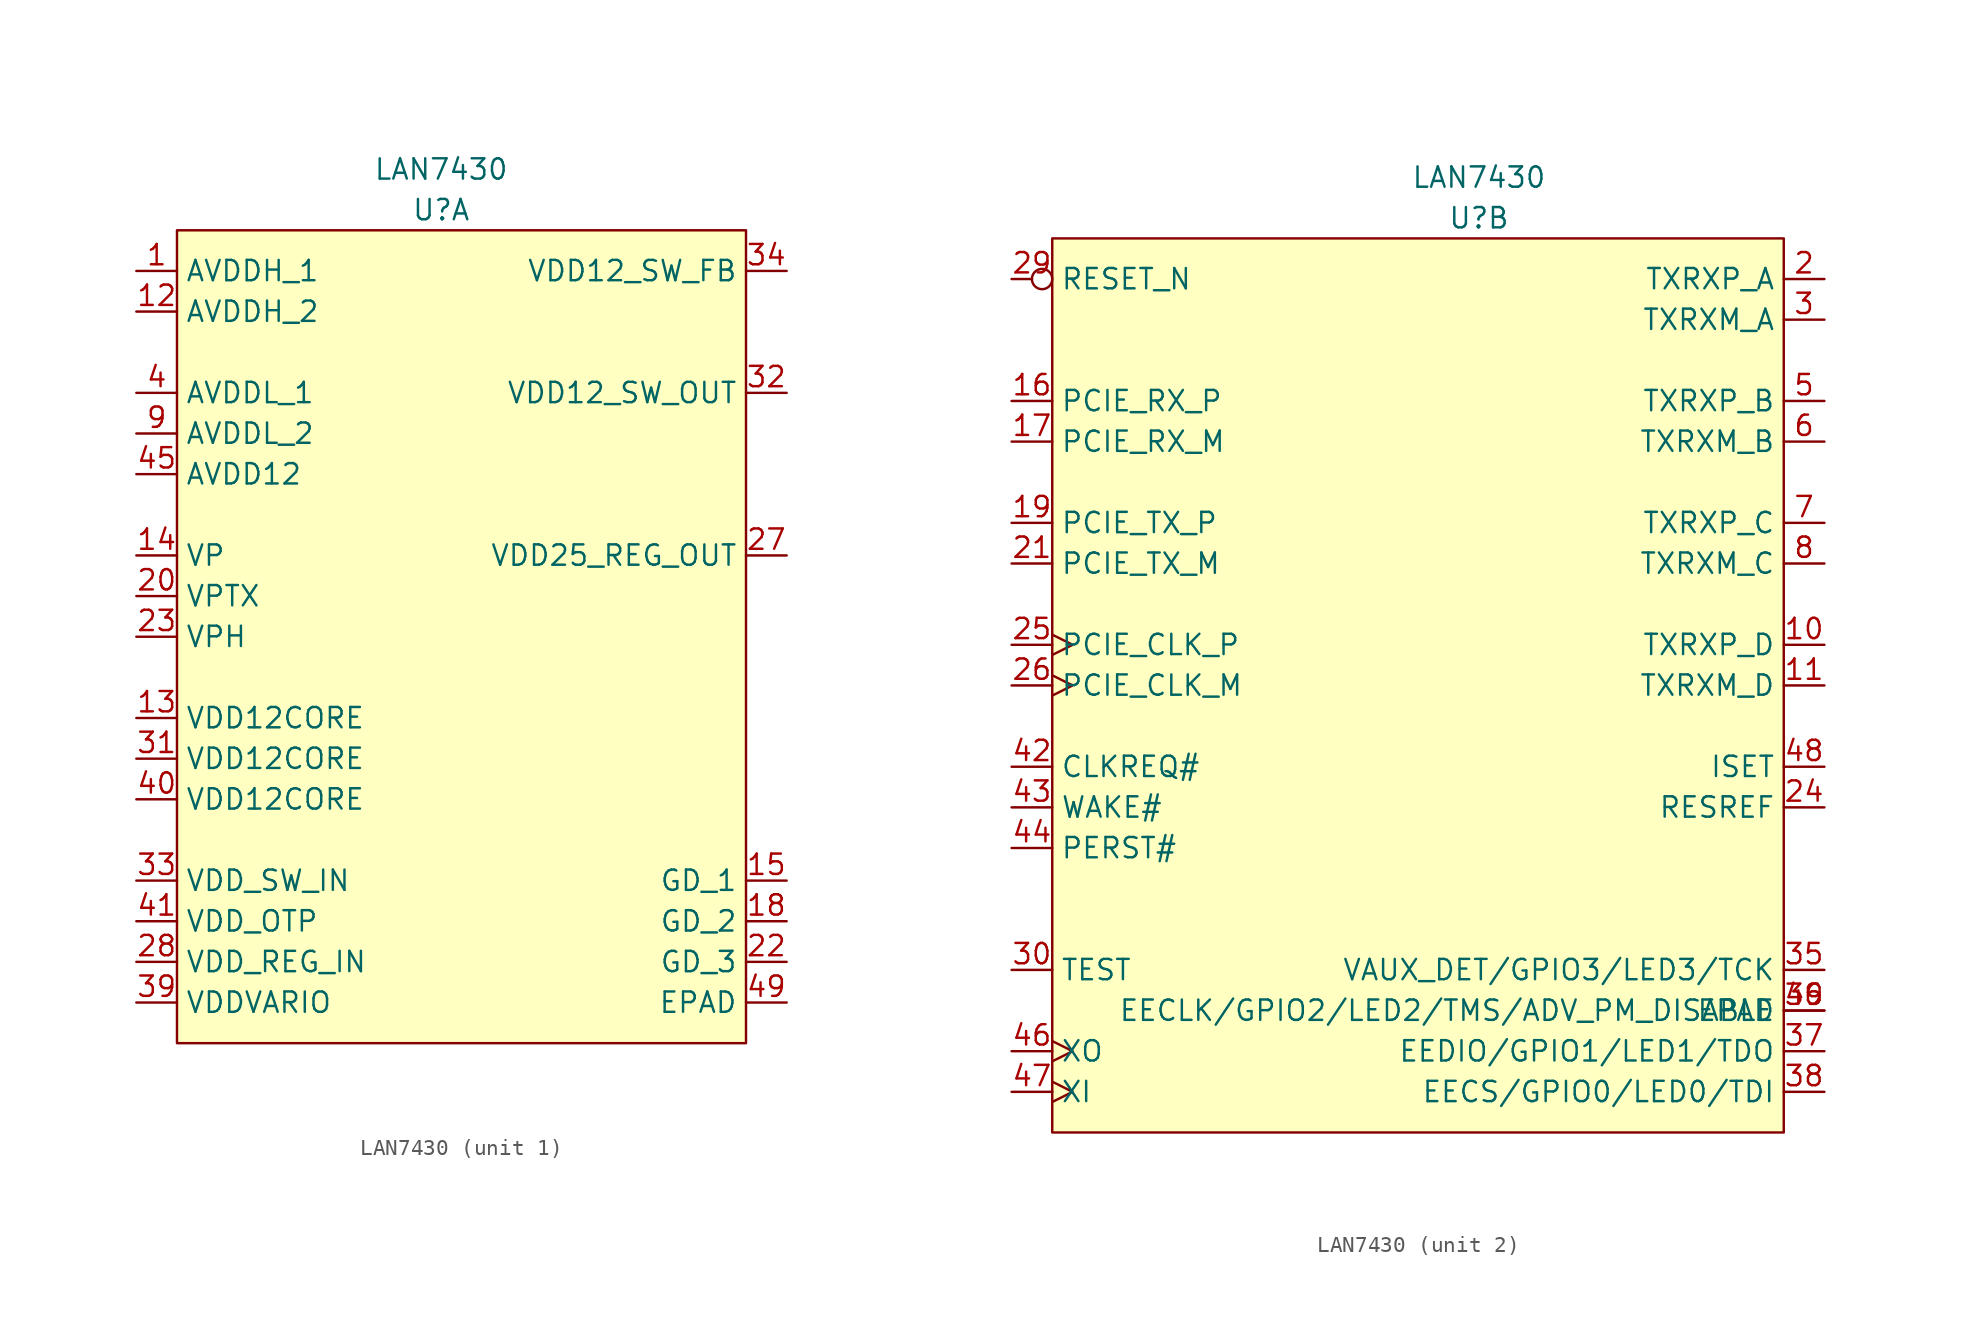
<source format=kicad_sym>
(kicad_symbol_lib
  (version 20211014)
  (generator kicad_symbol_editor)
  (symbol "LAN7430"
    (property "Reference" "U"
      (at 0 1.27 0)
      (effects (font (size 1.27 1.27))))
    (property "Value" "LAN7430"
      (at 0 3.81 0)
      (effects (font (size 1.27 1.27))))
    (property "ki_locked" ""
      (at 0 0 0)
      (effects (font (size 1.27 1.27))))
    (symbol "LAN7430_0_0"
      (pin power_in line (at 21.59 -48.26 180) (length 2.54) (name "EPAD" (effects (font (size 1.27 1.27)))) (number "49" (effects (font (size 1.27 1.27))))))
    (symbol "LAN7430_1_0"
      (pin power_in line (at -19.05 -2.54 0) (length 2.54) (name "AVDDH_1" (effects (font (size 1.27 1.27)))) (number "1" (effects (font (size 1.27 1.27)))))
      (pin power_in line (at -19.05 -5.08 0) (length 2.54) (name "AVDDH_2" (effects (font (size 1.27 1.27)))) (number "12" (effects (font (size 1.27 1.27)))))
      (pin power_in line (at -19.05 -30.48 0) (length 2.54) (name "VDD12CORE" (effects (font (size 1.27 1.27)))) (number "13" (effects (font (size 1.27 1.27)))))
      (pin power_in line (at -19.05 -20.32 0) (length 2.54) (name "VP" (effects (font (size 1.27 1.27)))) (number "14" (effects (font (size 1.27 1.27)))))
      (pin power_in line (at 21.59 -40.64 180) (length 2.54) (name "GD_1" (effects (font (size 1.27 1.27)))) (number "15" (effects (font (size 1.27 1.27)))))
      (pin power_in line (at 21.59 -43.18 180) (length 2.54) (name "GD_2" (effects (font (size 1.27 1.27)))) (number "18" (effects (font (size 1.27 1.27)))))
      (pin power_in line (at -19.05 -22.86 0) (length 2.54) (name "VPTX" (effects (font (size 1.27 1.27)))) (number "20" (effects (font (size 1.27 1.27)))))
      (pin power_in line (at 21.59 -45.72 180) (length 2.54) (name "GD_3" (effects (font (size 1.27 1.27)))) (number "22" (effects (font (size 1.27 1.27)))))
      (pin power_in line (at -19.05 -25.4 0) (length 2.54) (name "VPH" (effects (font (size 1.27 1.27)))) (number "23" (effects (font (size 1.27 1.27)))))
      (pin power_out line (at 21.59 -20.32 180) (length 2.54) (name "VDD25_REG_OUT" (effects (font (size 1.27 1.27)))) (number "27" (effects (font (size 1.27 1.27)))))
      (pin power_in line (at -19.05 -45.72 0) (length 2.54) (name "VDD_REG_IN" (effects (font (size 1.27 1.27)))) (number "28" (effects (font (size 1.27 1.27)))))
      (pin power_in line (at -19.05 -33.02 0) (length 2.54) (name "VDD12CORE" (effects (font (size 1.27 1.27)))) (number "31" (effects (font (size 1.27 1.27)))))
      (pin power_out line (at 21.59 -10.16 180) (length 2.54) (name "VDD12_SW_OUT" (effects (font (size 1.27 1.27)))) (number "32" (effects (font (size 1.27 1.27)))))
      (pin power_in line (at -19.05 -40.64 0) (length 2.54) (name "VDD_SW_IN" (effects (font (size 1.27 1.27)))) (number "33" (effects (font (size 1.27 1.27)))))
      (pin input line (at 21.59 -2.54 180) (length 2.54) (name "VDD12_SW_FB" (effects (font (size 1.27 1.27)))) (number "34" (effects (font (size 1.27 1.27)))))
      (pin power_in line (at -19.05 -48.26 0) (length 2.54) (name "VDDVARIO" (effects (font (size 1.27 1.27)))) (number "39" (effects (font (size 1.27 1.27)))))
      (pin power_in line (at -19.05 -10.16 0) (length 2.54) (name "AVDDL_1" (effects (font (size 1.27 1.27)))) (number "4" (effects (font (size 1.27 1.27)))))
      (pin power_in line (at -19.05 -35.56 0) (length 2.54) (name "VDD12CORE" (effects (font (size 1.27 1.27)))) (number "40" (effects (font (size 1.27 1.27)))))
      (pin power_in line (at -19.05 -43.18 0) (length 2.54) (name "VDD_OTP" (effects (font (size 1.27 1.27)))) (number "41" (effects (font (size 1.27 1.27)))))
      (pin power_in line (at -19.05 -15.24 0) (length 2.54) (name "AVDD12" (effects (font (size 1.27 1.27)))) (number "45" (effects (font (size 1.27 1.27)))))
      (pin power_in line (at -19.05 -12.7 0) (length 2.54) (name "AVDDL_2" (effects (font (size 1.27 1.27)))) (number "9" (effects (font (size 1.27 1.27))))))
    (symbol "LAN7430_1_1"
      (rectangle (start -16.51 0) (end 19.05 -50.8) (stroke (width 0) (type default) (color 0 0 0 0)) (fill (type background))))
    (symbol "LAN7430_2_0"
      (pin bidirectional line (at 21.59 -25.4 180) (length 2.54) (name "TXRXP_D" (effects (font (size 1.27 1.27)))) (number "10" (effects (font (size 1.27 1.27)))))
      (pin bidirectional line (at 21.59 -27.94 180) (length 2.54) (name "TXRXM_D" (effects (font (size 1.27 1.27)))) (number "11" (effects (font (size 1.27 1.27)))))
      (pin input line (at -29.21 -10.16 0) (length 2.54) (name "PCIE_RX_P" (effects (font (size 1.27 1.27)))) (number "16" (effects (font (size 1.27 1.27)))))
      (pin input line (at -29.21 -12.7 0) (length 2.54) (name "PCIE_RX_M" (effects (font (size 1.27 1.27)))) (number "17" (effects (font (size 1.27 1.27)))))
      (pin output line (at -29.21 -17.78 0) (length 2.54) (name "PCIE_TX_P" (effects (font (size 1.27 1.27)))) (number "19" (effects (font (size 1.27 1.27)))))
      (pin bidirectional line (at 21.59 -2.54 180) (length 2.54) (name "TXRXP_A" (effects (font (size 1.27 1.27)))) (number "2" (effects (font (size 1.27 1.27)))))
      (pin output line (at -29.21 -20.32 0) (length 2.54) (name "PCIE_TX_M" (effects (font (size 1.27 1.27)))) (number "21" (effects (font (size 1.27 1.27)))))
      (pin passive line (at 21.59 -35.56 180) (length 2.54) (name "RESREF" (effects (font (size 1.27 1.27)))) (number "24" (effects (font (size 1.27 1.27)))))
      (pin input clock (at -29.21 -25.4 0) (length 2.54) (name "PCIE_CLK_P" (effects (font (size 1.27 1.27)))) (number "25" (effects (font (size 1.27 1.27)))))
      (pin input clock (at -29.21 -27.94 0) (length 2.54) (name "PCIE_CLK_M" (effects (font (size 1.27 1.27)))) (number "26" (effects (font (size 1.27 1.27)))))
      (pin input inverted (at -29.21 -2.54 0) (length 2.54) (name "RESET_N" (effects (font (size 1.27 1.27)))) (number "29" (effects (font (size 1.27 1.27)))))
      (pin bidirectional line (at 21.59 -5.08 180) (length 2.54) (name "TXRXM_A" (effects (font (size 1.27 1.27)))) (number "3" (effects (font (size 1.27 1.27)))))
      (pin input line (at -29.21 -45.72 0) (length 2.54) (name "TEST" (effects (font (size 1.27 1.27)))) (number "30" (effects (font (size 1.27 1.27)))))
      (pin bidirectional line (at 21.59 -45.72 180) (length 2.54) (name "VAUX_DET/GPIO3/LED3/TCK" (effects (font (size 1.27 1.27)))) (number "35" (effects (font (size 1.27 1.27)))))
      (pin bidirectional line (at 21.59 -48.26 180) (length 2.54) (name "EECLK/GPIO2/LED2/TMS/ADV_PM_DISABLE" (effects (font (size 1.27 1.27)))) (number "36" (effects (font (size 1.27 1.27)))))
      (pin bidirectional line (at 21.59 -50.8 180) (length 2.54) (name "EEDIO/GPIO1/LED1/TDO" (effects (font (size 1.27 1.27)))) (number "37" (effects (font (size 1.27 1.27)))))
      (pin bidirectional line (at 21.59 -53.34 180) (length 2.54) (name "EECS/GPIO0/LED0/TDI" (effects (font (size 1.27 1.27)))) (number "38" (effects (font (size 1.27 1.27)))))
      (pin bidirectional line (at -29.21 -33.02 0) (length 2.54) (name "CLKREQ#" (effects (font (size 1.27 1.27)))) (number "42" (effects (font (size 1.27 1.27)))))
      (pin bidirectional line (at -29.21 -35.56 0) (length 2.54) (name "WAKE#" (effects (font (size 1.27 1.27)))) (number "43" (effects (font (size 1.27 1.27)))))
      (pin input line (at -29.21 -38.1 0) (length 2.54) (name "PERST#" (effects (font (size 1.27 1.27)))) (number "44" (effects (font (size 1.27 1.27)))))
      (pin output clock (at -29.21 -50.8 0) (length 2.54) (name "XO" (effects (font (size 1.27 1.27)))) (number "46" (effects (font (size 1.27 1.27)))))
      (pin input clock (at -29.21 -53.34 0) (length 2.54) (name "XI" (effects (font (size 1.27 1.27)))) (number "47" (effects (font (size 1.27 1.27)))))
      (pin passive line (at 21.59 -33.02 180) (length 2.54) (name "ISET" (effects (font (size 1.27 1.27)))) (number "48" (effects (font (size 1.27 1.27)))))
      (pin bidirectional line (at 21.59 -10.16 180) (length 2.54) (name "TXRXP_B" (effects (font (size 1.27 1.27)))) (number "5" (effects (font (size 1.27 1.27)))))
      (pin bidirectional line (at 21.59 -12.7 180) (length 2.54) (name "TXRXM_B" (effects (font (size 1.27 1.27)))) (number "6" (effects (font (size 1.27 1.27)))))
      (pin bidirectional line (at 21.59 -17.78 180) (length 2.54) (name "TXRXP_C" (effects (font (size 1.27 1.27)))) (number "7" (effects (font (size 1.27 1.27)))))
      (pin bidirectional line (at 21.59 -20.32 180) (length 2.54) (name "TXRXM_C" (effects (font (size 1.27 1.27)))) (number "8" (effects (font (size 1.27 1.27))))))
    (symbol "LAN7430_2_1"
      (rectangle (start -26.67 0) (end 19.05 -55.88) (stroke (width 0) (type default) (color 0 0 0 0)) (fill (type background))))))
</source>
